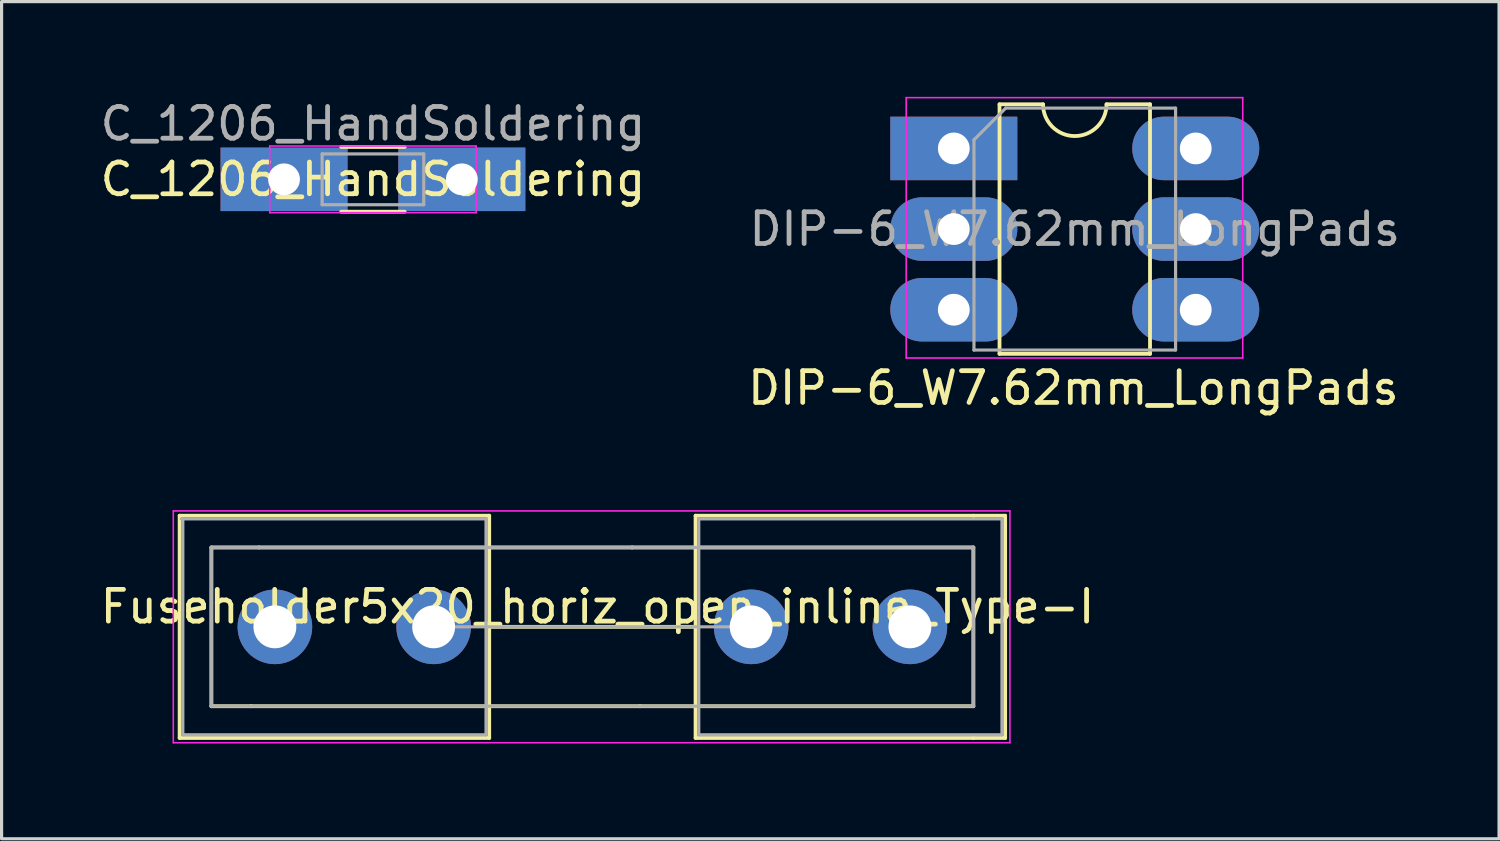
<source format=kicad_pcb>
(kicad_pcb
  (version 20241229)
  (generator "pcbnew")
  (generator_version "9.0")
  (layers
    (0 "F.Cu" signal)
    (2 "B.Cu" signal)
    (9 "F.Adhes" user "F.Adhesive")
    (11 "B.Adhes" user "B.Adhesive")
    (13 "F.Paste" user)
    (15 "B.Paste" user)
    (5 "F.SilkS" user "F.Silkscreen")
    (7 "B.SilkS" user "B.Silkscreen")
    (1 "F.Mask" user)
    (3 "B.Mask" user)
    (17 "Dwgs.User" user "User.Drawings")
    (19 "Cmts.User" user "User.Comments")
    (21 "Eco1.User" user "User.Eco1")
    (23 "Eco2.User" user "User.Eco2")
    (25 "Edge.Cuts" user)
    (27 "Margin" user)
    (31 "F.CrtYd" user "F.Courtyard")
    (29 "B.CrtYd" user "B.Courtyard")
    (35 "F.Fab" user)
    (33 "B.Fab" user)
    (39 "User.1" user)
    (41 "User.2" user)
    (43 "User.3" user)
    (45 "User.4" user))
  (footprint "DIP-6_W7.62mm_LongPads"
    (layer "F.Cu")
    (at 26.991 1.625)
    (property "Reference" "DIP-6_W7.62mm_LongPads" (at 3.765 7.545 0) (layer "F.SilkS") (effects (font (size 1 1) (thickness 0.15))))
    (attr through_hole)
    (fp_line (start 1.44 -1.39) (end 1.44 6.47) (stroke (width 0.12) (type solid)) (layer "F.SilkS"))
    (fp_line (start 1.44 6.47) (end 6.18 6.47) (stroke (width 0.12) (type solid)) (layer "F.SilkS"))
    (fp_line (start 2.81 -1.39) (end 1.44 -1.39) (stroke (width 0.12) (type solid)) (layer "F.SilkS"))
    (fp_line (start 6.18 -1.39) (end 4.81 -1.39) (stroke (width 0.12) (type solid)) (layer "F.SilkS"))
    (fp_line (start 6.18 6.47) (end 6.18 -1.39) (stroke (width 0.12) (type solid)) (layer "F.SilkS"))
    (fp_arc (start 4.81 -1.39) (mid 3.81 -0.39) (end 2.81 -1.39) (stroke (width 0.12) (type solid)) (layer "F.SilkS"))
    (fp_line (start -1.5 -1.6) (end -1.5 6.6) (stroke (width 0.05) (type solid)) (layer "F.CrtYd"))
    (fp_line (start -1.5 6.6) (end 9.1 6.6) (stroke (width 0.05) (type solid)) (layer "F.CrtYd"))
    (fp_line (start 9.1 -1.6) (end -1.5 -1.6) (stroke (width 0.05) (type solid)) (layer "F.CrtYd"))
    (fp_line (start 9.1 6.6) (end 9.1 -1.6) (stroke (width 0.05) (type solid)) (layer "F.CrtYd"))
    (fp_line (start 0.635 -0.27) (end 1.635 -1.27) (stroke (width 0.1) (type solid)) (layer "F.Fab"))
    (fp_line (start 0.635 6.35) (end 0.635 -0.27) (stroke (width 0.1) (type solid)) (layer "F.Fab"))
    (fp_line (start 1.635 -1.27) (end 6.985 -1.27) (stroke (width 0.1) (type solid)) (layer "F.Fab"))
    (fp_line (start 6.985 -1.27) (end 6.985 6.35) (stroke (width 0.1) (type solid)) (layer "F.Fab"))
    (fp_line (start 6.985 6.35) (end 0.635 6.35) (stroke (width 0.1) (type solid)) (layer "F.Fab"))
    (fp_text user "${REFERENCE}" (at 3.81 2.54 0) (layer "F.Fab") (effects (font (size 1 1) (thickness 0.15))))
    (pad "1" thru_hole rect (at 0 0) (size 4 2) (drill 1) (layers "*.Cu" "*.Mask"))
    (pad "2" thru_hole oval (at 0 2.54) (size 4 2) (drill 1) (layers "*.Cu" "*.Mask"))
    (pad "3" thru_hole oval (at 0 5.08) (size 4 2) (drill 1) (layers "*.Cu" "*.Mask"))
    (pad "4" thru_hole oval (at 7.62 5.08) (size 4 2) (drill 1) (layers "*.Cu" "*.Mask"))
    (pad "5" thru_hole oval (at 7.62 2.54) (size 4 2) (drill 1) (layers "*.Cu" "*.Mask"))
    (pad "6" thru_hole oval (at 7.62 0) (size 4 2) (drill 1) (layers "*.Cu" "*.Mask")))
  (footprint "Fuseholder5x20_horiz_open_inline_Type-I"
    (layer "F.Cu")
    (at 5.608 16.693)
    (property "Reference" "Fuseholder5x20_horiz_open_inline_Type-I" (at 10.16 -0.635 0) (layer "F.SilkS") (effects (font (size 1 1) (thickness 0.15))))
    (attr through_hole)
    (fp_line (start -3 -3.5) (end -3 3.5) (stroke (width 0.12) (type solid)) (layer "F.SilkS"))
    (fp_line (start -2 -2.5) (end -2 2.5) (stroke (width 0.12) (type solid)) (layer "F.SilkS"))
    (fp_line (start -0.75 2.5) (end -2 2.5) (stroke (width 0.12) (type solid)) (layer "F.SilkS"))
    (fp_line (start -0.5 -2.5) (end -2 -2.5) (stroke (width 0.12) (type solid)) (layer "F.SilkS"))
    (fp_line (start 6.75 -3.5) (end -3 -3.5) (stroke (width 0.12) (type solid)) (layer "F.SilkS"))
    (fp_line (start 6.75 -3.5) (end 6.75 3.5) (stroke (width 0.12) (type solid)) (layer "F.SilkS"))
    (fp_line (start 6.75 3.5) (end -3 3.5) (stroke (width 0.12) (type solid)) (layer "F.SilkS"))
    (fp_line (start 11.25 -2.5) (end -0.5 -2.5) (stroke (width 0.12) (type solid)) (layer "F.SilkS"))
    (fp_line (start 11.5 2.5) (end -0.75 2.5) (stroke (width 0.12) (type solid)) (layer "F.SilkS"))
    (fp_line (start 13.25 -3.5) (end 13.25 3.5) (stroke (width 0.12) (type solid)) (layer "F.SilkS"))
    (fp_line (start 13.25 0) (end 6.75 0) (stroke (width 0.12) (type solid)) (layer "F.SilkS"))
    (fp_line (start 22 -3.5) (end 13.25 -3.5) (stroke (width 0.12) (type solid)) (layer "F.SilkS"))
    (fp_line (start 22 -2.5) (end 11.25 -2.5) (stroke (width 0.12) (type solid)) (layer "F.SilkS"))
    (fp_line (start 22 -2.5) (end 22 2.5) (stroke (width 0.12) (type solid)) (layer "F.SilkS"))
    (fp_line (start 22 2.5) (end 11.5 2.5) (stroke (width 0.12) (type solid)) (layer "F.SilkS"))
    (fp_line (start 22 3.5) (end 13.25 3.5) (stroke (width 0.12) (type solid)) (layer "F.SilkS"))
    (fp_line (start 23 -3.5) (end 22 -3.5) (stroke (width 0.12) (type solid)) (layer "F.SilkS"))
    (fp_line (start 23 -3.5) (end 23 3.5) (stroke (width 0.12) (type solid)) (layer "F.SilkS"))
    (fp_line (start 23 3.5) (end 22 3.5) (stroke (width 0.12) (type solid)) (layer "F.SilkS"))
    (fp_line (start -3.2 -3.65) (end -3.2 3.65) (stroke (width 0.05) (type solid)) (layer "F.CrtYd"))
    (fp_line (start -3.2 -3.65) (end 23.15 -3.65) (stroke (width 0.05) (type solid)) (layer "F.CrtYd"))
    (fp_line (start 23.15 3.65) (end -3.2 3.65) (stroke (width 0.05) (type solid)) (layer "F.CrtYd"))
    (fp_line (start 23.15 3.65) (end 23.15 -3.65) (stroke (width 0.05) (type solid)) (layer "F.CrtYd"))
    (fp_line (start -2.95 -3.4) (end 6.65 -3.4) (stroke (width 0.1) (type solid)) (layer "F.Fab"))
    (fp_line (start -2.9 3.4) (end -2.9 -3.4) (stroke (width 0.1) (type solid)) (layer "F.Fab"))
    (fp_line (start -2 -2.5) (end 22 -2.5) (stroke (width 0.1) (type solid)) (layer "F.Fab"))
    (fp_line (start -2 2.5) (end -2 -2.5) (stroke (width 0.1) (type solid)) (layer "F.Fab"))
    (fp_line (start 5 0) (end 15 0) (stroke (width 0.1) (type solid)) (layer "F.Fab"))
    (fp_line (start 6.65 -3.4) (end 6.65 3.4) (stroke (width 0.1) (type solid)) (layer "F.Fab"))
    (fp_line (start 6.65 3.4) (end -2.9 3.4) (stroke (width 0.1) (type solid)) (layer "F.Fab"))
    (fp_line (start 13.35 -3.4) (end 13.35 3.4) (stroke (width 0.1) (type solid)) (layer "F.Fab"))
    (fp_line (start 13.35 3.4) (end 22.9 3.4) (stroke (width 0.1) (type solid)) (layer "F.Fab"))
    (fp_line (start 22 -2.5) (end 22 2.5) (stroke (width 0.1) (type solid)) (layer "F.Fab"))
    (fp_line (start 22 2.5) (end -2 2.5) (stroke (width 0.1) (type solid)) (layer "F.Fab"))
    (fp_line (start 22.9 -3.4) (end 13.35 -3.4) (stroke (width 0.1) (type solid)) (layer "F.Fab"))
    (fp_line (start 22.9 3.4) (end 22.9 -3.4) (stroke (width 0.1) (type solid)) (layer "F.Fab"))
    (pad "1" thru_hole circle (at 0 0) (size 2.35 2.35) (drill 1.35) (layers "*.Cu" "*.Mask"))
    (pad "1" thru_hole circle (at 5 0) (size 2.35 2.35) (drill 1.35) (layers "*.Cu" "*.Mask"))
    (pad "2" thru_hole circle (at 15 0) (size 2.35 2.35) (drill 1.35) (layers "*.Cu" "*.Mask"))
    (pad "2" thru_hole circle (at 20 0) (size 2.35 2.35) (drill 1.35) (layers "*.Cu" "*.Mask")))
  (footprint "C_1206_HandSoldering"
    (layer "F.Cu")
    (at 8.696 2.598)
    (property "Reference" "C_1206_HandSoldering" (at 0 0 0) (layer "F.SilkS") (effects (font (size 1 1) (thickness 0.15))))
    (attr smd)
    (fp_line (start -1 1.02) (end 1 1.02) (stroke (width 0.12) (type solid)) (layer "F.SilkS"))
    (fp_line (start 1 -1.02) (end -1 -1.02) (stroke (width 0.12) (type solid)) (layer "F.SilkS"))
    (fp_line (start -3.25 -1.05) (end -3.25 1.05) (stroke (width 0.05) (type solid)) (layer "F.CrtYd"))
    (fp_line (start -3.25 -1.05) (end 3.25 -1.05) (stroke (width 0.05) (type solid)) (layer "F.CrtYd"))
    (fp_line (start 3.25 1.05) (end -3.25 1.05) (stroke (width 0.05) (type solid)) (layer "F.CrtYd"))
    (fp_line (start 3.25 1.05) (end 3.25 -1.05) (stroke (width 0.05) (type solid)) (layer "F.CrtYd"))
    (fp_line (start -1.6 -0.8) (end 1.6 -0.8) (stroke (width 0.1) (type solid)) (layer "F.Fab"))
    (fp_line (start -1.6 0.8) (end -1.6 -0.8) (stroke (width 0.1) (type solid)) (layer "F.Fab"))
    (fp_line (start 1.6 -0.8) (end 1.6 0.8) (stroke (width 0.1) (type solid)) (layer "F.Fab"))
    (fp_line (start 1.6 0.8) (end -1.6 0.8) (stroke (width 0.1) (type solid)) (layer "F.Fab"))
    (fp_text user "${REFERENCE}" (at 0 -1.75 0) (layer "F.Fab") (effects (font (size 1 1) (thickness 0.15))))
    (pad "1" thru_hole rect (at -2.8 0) (size 4 2) (drill 1) (layers "*.Cu" "*.Mask"))
    (pad "2" thru_hole rect (at 2.8 0) (size 4 2) (drill 1) (layers "*.Cu" "*.Mask")))
  (gr_rect
    (start -3 -3)
    (end 44.164 23.368)
    (stroke (width 0.1) (type default))
    (fill no)
    (layer "Edge.Cuts")))
</source>
